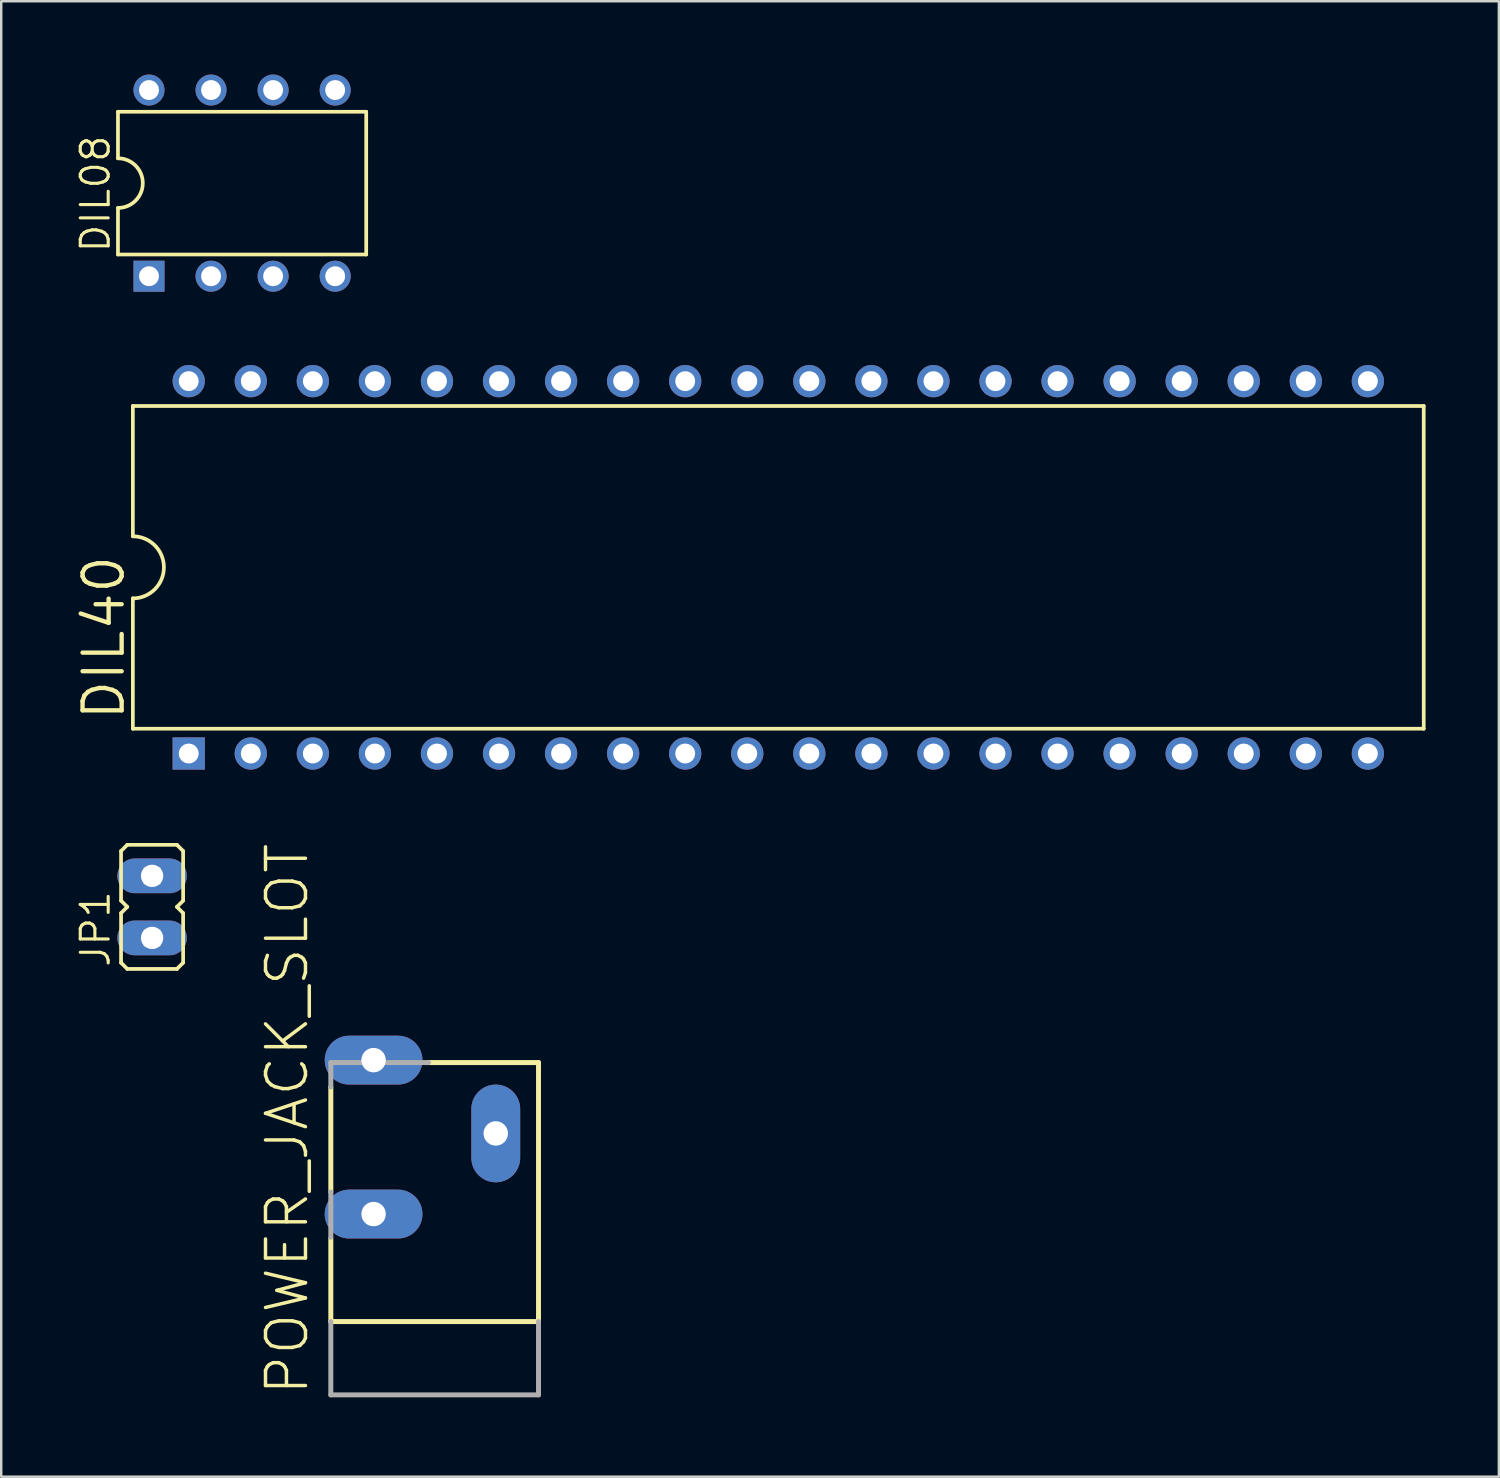
<source format=kicad_pcb>
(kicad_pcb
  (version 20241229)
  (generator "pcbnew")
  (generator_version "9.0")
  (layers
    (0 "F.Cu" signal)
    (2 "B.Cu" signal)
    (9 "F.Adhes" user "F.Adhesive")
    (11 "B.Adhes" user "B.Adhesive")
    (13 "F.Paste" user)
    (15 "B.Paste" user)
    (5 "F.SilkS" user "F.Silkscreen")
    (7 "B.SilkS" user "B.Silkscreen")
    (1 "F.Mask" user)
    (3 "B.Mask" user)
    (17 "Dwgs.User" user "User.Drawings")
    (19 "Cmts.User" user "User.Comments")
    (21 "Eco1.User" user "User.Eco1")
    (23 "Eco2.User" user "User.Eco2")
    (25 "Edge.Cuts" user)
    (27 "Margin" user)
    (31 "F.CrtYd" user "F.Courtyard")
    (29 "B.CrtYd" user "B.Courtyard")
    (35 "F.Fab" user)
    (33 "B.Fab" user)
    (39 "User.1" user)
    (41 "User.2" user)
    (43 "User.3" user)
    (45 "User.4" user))
  (footprint "JP1"
    (layer "F.Cu")
    (at 3.175 34.067)
    (property "Reference" "JP1" (at -1.651 2.54 90) (layer "F.SilkS") (effects (font (size 1.143 1.143) (thickness 0.127)) (justify left bottom)))
    (fp_line (start -1.27 -2.286) (end -1.27 -0.254) (stroke (width 0.152) (type solid)) (layer "F.SilkS"))
    (fp_line (start -1.27 -2.286) (end -1.016 -2.54) (stroke (width 0.152) (type solid)) (layer "F.SilkS"))
    (fp_line (start -1.27 0.254) (end -1.27 2.286) (stroke (width 0.152) (type solid)) (layer "F.SilkS"))
    (fp_line (start -1.016 0) (end -1.27 -0.254) (stroke (width 0.152) (type solid)) (layer "F.SilkS"))
    (fp_line (start -1.016 0) (end -1.27 0.254) (stroke (width 0.152) (type solid)) (layer "F.SilkS"))
    (fp_line (start -1.016 2.54) (end -1.27 2.286) (stroke (width 0.152) (type solid)) (layer "F.SilkS"))
    (fp_line (start -1.016 2.54) (end 1.016 2.54) (stroke (width 0.152) (type solid)) (layer "F.SilkS"))
    (fp_line (start 1.016 -2.54) (end -1.016 -2.54) (stroke (width 0.152) (type solid)) (layer "F.SilkS"))
    (fp_line (start 1.016 0) (end 1.27 -0.254) (stroke (width 0.152) (type solid)) (layer "F.SilkS"))
    (fp_line (start 1.016 0) (end 1.27 0.254) (stroke (width 0.152) (type solid)) (layer "F.SilkS"))
    (fp_line (start 1.016 2.54) (end 1.27 2.286) (stroke (width 0.152) (type solid)) (layer "F.SilkS"))
    (fp_line (start 1.27 -2.286) (end 1.016 -2.54) (stroke (width 0.152) (type solid)) (layer "F.SilkS"))
    (fp_line (start 1.27 -2.286) (end 1.27 -0.254) (stroke (width 0.152) (type solid)) (layer "F.SilkS"))
    (fp_line (start 1.27 0.254) (end 1.27 2.286) (stroke (width 0.152) (type solid)) (layer "F.SilkS"))
    (fp_poly (pts (xy -0.305 -0.965) (xy 0.305 -0.965) (xy 0.305 -1.575) (xy -0.305 -1.575)) (stroke (width 0.1) (type solid)) (fill no) (layer "F.Fab"))
    (fp_poly (pts (xy -0.305 1.575) (xy 0.305 1.575) (xy 0.305 0.965) (xy -0.305 0.965)) (stroke (width 0.1) (type solid)) (fill no) (layer "F.Fab"))
    (pad "1" thru_hole oval (at 0 1.27) (size 2.845 1.422) (drill 0.914) (layers "*.Cu" "*.Mask"))
    (pad "2" thru_hole oval (at 0 -1.27) (size 2.845 1.422) (drill 0.914) (layers "*.Cu" "*.Mask")))
  (footprint "POWER_JACK_SLOT"
    (layer "F.Cu")
    (at 9.66 54.139)
    (property "Reference" "POWER_JACK_SLOT" (at 0 0 90) (layer "F.SilkS") (effects (font (size 1.636 1.636) (thickness 0.142)) (justify left bottom)))
    (fp_line (start 0.83 -12.7) (end 0.83 -8.4) (stroke (width 0.203) (type solid)) (layer "F.SilkS"))
    (fp_line (start 0.83 -6.51) (end 0.83 -3.1) (stroke (width 0.203) (type solid)) (layer "F.SilkS"))
    (fp_line (start 0.83 -3.1) (end 9.33 -3.1) (stroke (width 0.203) (type solid)) (layer "F.SilkS"))
    (fp_line (start 9.33 -13.7) (end 4.83 -13.7) (stroke (width 0.203) (type solid)) (layer "F.SilkS"))
    (fp_line (start 9.33 -3.1) (end 9.28 -3.1) (stroke (width 0.203) (type solid)) (layer "F.SilkS"))
    (fp_line (start 9.33 -3.1) (end 9.33 -13.7) (stroke (width 0.203) (type solid)) (layer "F.SilkS"))
    (fp_line (start 0.83 -13.7) (end 0.83 -12.7) (stroke (width 0.203) (type solid)) (layer "F.Fab"))
    (fp_line (start 0.83 -8.4) (end 0.83 -6.55) (stroke (width 0.203) (type solid)) (layer "F.Fab"))
    (fp_line (start 0.83 -3.1) (end 0.83 -0.1) (stroke (width 0.203) (type solid)) (layer "F.Fab"))
    (fp_line (start 4.83 -13.7) (end 0.83 -13.7) (stroke (width 0.203) (type solid)) (layer "F.Fab"))
    (fp_line (start 9.33 -0.1) (end 0.83 -0.1) (stroke (width 0.203) (type solid)) (layer "F.Fab"))
    (fp_line (start 9.33 -0.1) (end 9.33 -3.1) (stroke (width 0.203) (type solid)) (layer "F.Fab"))
    (pad "GND@1" thru_hole oval (at 2.58 -7.5) (size 4 2) (drill 1) (layers "*.Cu" "*.Mask"))
    (pad "GND@2" thru_hole oval (at 7.58 -10.8 90) (size 4 2) (drill 1) (layers "*.Cu" "*.Mask"))
    (pad "PWR" thru_hole oval (at 2.58 -13.8) (size 4 2) (drill 1) (layers "*.Cu" "*.Mask")))
  (footprint "DIL40"
    (layer "F.Cu")
    (at 28.804 20.17)
    (property "Reference" "DIL40" (at -26.67 6.35 90) (layer "F.SilkS") (effects (font (size 1.6 1.6) (thickness 0.178)) (justify left bottom)))
    (fp_line (start -26.416 -6.604) (end -26.416 -1.27) (stroke (width 0.152) (type solid)) (layer "F.SilkS"))
    (fp_line (start -26.416 -6.604) (end 26.416 -6.604) (stroke (width 0.152) (type solid)) (layer "F.SilkS"))
    (fp_line (start -26.416 1.27) (end -26.416 6.604) (stroke (width 0.152) (type solid)) (layer "F.SilkS"))
    (fp_line (start -26.416 6.604) (end 26.416 6.604) (stroke (width 0.152) (type solid)) (layer "F.SilkS"))
    (fp_line (start 26.416 6.604) (end 26.416 -6.604) (stroke (width 0.152) (type solid)) (layer "F.SilkS"))
    (fp_arc (start -26.416 -1.27) (mid -25.146 0) (end -26.416 1.27) (stroke (width 0.1524) (type solid)) (layer "F.SilkS"))
    (pad "1" thru_hole rect (at -24.13 7.62 90) (size 1.321 1.321) (drill 0.813) (layers "*.Cu" "*.Mask"))
    (pad "2" thru_hole circle (at -21.59 7.62 90) (size 1.321 1.321) (drill 0.813) (layers "*.Cu" "*.Mask"))
    (pad "3" thru_hole circle (at -19.05 7.62 90) (size 1.321 1.321) (drill 0.813) (layers "*.Cu" "*.Mask"))
    (pad "4" thru_hole circle (at -16.51 7.62 90) (size 1.321 1.321) (drill 0.813) (layers "*.Cu" "*.Mask"))
    (pad "5" thru_hole circle (at -13.97 7.62 90) (size 1.321 1.321) (drill 0.813) (layers "*.Cu" "*.Mask"))
    (pad "6" thru_hole circle (at -11.43 7.62 90) (size 1.321 1.321) (drill 0.813) (layers "*.Cu" "*.Mask"))
    (pad "7" thru_hole circle (at -8.89 7.62 90) (size 1.321 1.321) (drill 0.813) (layers "*.Cu" "*.Mask"))
    (pad "8" thru_hole circle (at -6.35 7.62 90) (size 1.321 1.321) (drill 0.813) (layers "*.Cu" "*.Mask"))
    (pad "9" thru_hole circle (at -3.81 7.62 90) (size 1.321 1.321) (drill 0.813) (layers "*.Cu" "*.Mask"))
    (pad "10" thru_hole circle (at -1.27 7.62 90) (size 1.321 1.321) (drill 0.813) (layers "*.Cu" "*.Mask"))
    (pad "11" thru_hole circle (at 1.27 7.62 90) (size 1.321 1.321) (drill 0.813) (layers "*.Cu" "*.Mask"))
    (pad "12" thru_hole circle (at 3.81 7.62 90) (size 1.321 1.321) (drill 0.813) (layers "*.Cu" "*.Mask"))
    (pad "13" thru_hole circle (at 6.35 7.62 90) (size 1.321 1.321) (drill 0.813) (layers "*.Cu" "*.Mask"))
    (pad "14" thru_hole circle (at 8.89 7.62 90) (size 1.321 1.321) (drill 0.813) (layers "*.Cu" "*.Mask"))
    (pad "15" thru_hole circle (at 11.43 7.62 90) (size 1.321 1.321) (drill 0.813) (layers "*.Cu" "*.Mask"))
    (pad "16" thru_hole circle (at 13.97 7.62 90) (size 1.321 1.321) (drill 0.813) (layers "*.Cu" "*.Mask"))
    (pad "17" thru_hole circle (at 16.51 7.62 90) (size 1.321 1.321) (drill 0.813) (layers "*.Cu" "*.Mask"))
    (pad "18" thru_hole circle (at 19.05 7.62 90) (size 1.321 1.321) (drill 0.813) (layers "*.Cu" "*.Mask"))
    (pad "19" thru_hole circle (at 21.59 7.62 90) (size 1.321 1.321) (drill 0.813) (layers "*.Cu" "*.Mask"))
    (pad "20" thru_hole circle (at 24.13 7.62 90) (size 1.321 1.321) (drill 0.813) (layers "*.Cu" "*.Mask"))
    (pad "21" thru_hole circle (at 24.13 -7.62 90) (size 1.321 1.321) (drill 0.813) (layers "*.Cu" "*.Mask"))
    (pad "22" thru_hole circle (at 21.59 -7.62 90) (size 1.321 1.321) (drill 0.813) (layers "*.Cu" "*.Mask"))
    (pad "23" thru_hole circle (at 19.05 -7.62 90) (size 1.321 1.321) (drill 0.813) (layers "*.Cu" "*.Mask"))
    (pad "24" thru_hole circle (at 16.51 -7.62 90) (size 1.321 1.321) (drill 0.813) (layers "*.Cu" "*.Mask"))
    (pad "25" thru_hole circle (at 13.97 -7.62 90) (size 1.321 1.321) (drill 0.813) (layers "*.Cu" "*.Mask"))
    (pad "26" thru_hole circle (at 11.43 -7.62 90) (size 1.321 1.321) (drill 0.813) (layers "*.Cu" "*.Mask"))
    (pad "27" thru_hole circle (at 8.89 -7.62 90) (size 1.321 1.321) (drill 0.813) (layers "*.Cu" "*.Mask"))
    (pad "28" thru_hole circle (at 6.35 -7.62 90) (size 1.321 1.321) (drill 0.813) (layers "*.Cu" "*.Mask"))
    (pad "29" thru_hole circle (at 3.81 -7.62 90) (size 1.321 1.321) (drill 0.813) (layers "*.Cu" "*.Mask"))
    (pad "30" thru_hole circle (at 1.27 -7.62 90) (size 1.321 1.321) (drill 0.813) (layers "*.Cu" "*.Mask"))
    (pad "31" thru_hole circle (at -1.27 -7.62 90) (size 1.321 1.321) (drill 0.813) (layers "*.Cu" "*.Mask"))
    (pad "32" thru_hole circle (at -3.81 -7.62 90) (size 1.321 1.321) (drill 0.813) (layers "*.Cu" "*.Mask"))
    (pad "33" thru_hole circle (at -6.35 -7.62 90) (size 1.321 1.321) (drill 0.813) (layers "*.Cu" "*.Mask"))
    (pad "34" thru_hole circle (at -8.89 -7.62 90) (size 1.321 1.321) (drill 0.813) (layers "*.Cu" "*.Mask"))
    (pad "35" thru_hole circle (at -11.43 -7.62 90) (size 1.321 1.321) (drill 0.813) (layers "*.Cu" "*.Mask"))
    (pad "36" thru_hole circle (at -13.97 -7.62 90) (size 1.321 1.321) (drill 0.813) (layers "*.Cu" "*.Mask"))
    (pad "37" thru_hole circle (at -16.51 -7.62 90) (size 1.321 1.321) (drill 0.813) (layers "*.Cu" "*.Mask"))
    (pad "38" thru_hole circle (at -19.05 -7.62 90) (size 1.321 1.321) (drill 0.813) (layers "*.Cu" "*.Mask"))
    (pad "39" thru_hole circle (at -21.59 -7.62 90) (size 1.321 1.321) (drill 0.813) (layers "*.Cu" "*.Mask"))
    (pad "40" thru_hole circle (at -24.13 -7.62 90) (size 1.321 1.321) (drill 0.813) (layers "*.Cu" "*.Mask")))
  (footprint "DIL08"
    (layer "F.Cu")
    (at 6.858 4.445)
    (property "Reference" "DIL08" (at -5.334 2.921 90) (layer "F.SilkS") (effects (font (size 1.143 1.143) (thickness 0.127)) (justify left bottom)))
    (fp_line (start -5.08 -2.921) (end -5.08 -1.016) (stroke (width 0.152) (type solid)) (layer "F.SilkS"))
    (fp_line (start -5.08 2.921) (end -5.08 1.016) (stroke (width 0.152) (type solid)) (layer "F.SilkS"))
    (fp_line (start -5.08 2.921) (end 5.08 2.921) (stroke (width 0.152) (type solid)) (layer "F.SilkS"))
    (fp_line (start 5.08 -2.921) (end -5.08 -2.921) (stroke (width 0.152) (type solid)) (layer "F.SilkS"))
    (fp_line (start 5.08 -2.921) (end 5.08 2.921) (stroke (width 0.152) (type solid)) (layer "F.SilkS"))
    (fp_arc (start -5.08 -1.016) (mid -4.064 0) (end -5.08 1.016) (stroke (width 0.1524) (type solid)) (layer "F.SilkS"))
    (pad "1" thru_hole rect (at -3.81 3.81 90) (size 1.27 1.27) (drill 0.813) (layers "*.Cu" "*.Mask"))
    (pad "2" thru_hole circle (at -1.27 3.81 90) (size 1.27 1.27) (drill 0.813) (layers "*.Cu" "*.Mask"))
    (pad "3" thru_hole circle (at 1.27 3.81 90) (size 1.27 1.27) (drill 0.813) (layers "*.Cu" "*.Mask"))
    (pad "4" thru_hole circle (at 3.81 3.81 90) (size 1.27 1.27) (drill 0.813) (layers "*.Cu" "*.Mask"))
    (pad "5" thru_hole circle (at 3.81 -3.81 90) (size 1.27 1.27) (drill 0.813) (layers "*.Cu" "*.Mask"))
    (pad "6" thru_hole circle (at 1.27 -3.81 90) (size 1.27 1.27) (drill 0.813) (layers "*.Cu" "*.Mask"))
    (pad "7" thru_hole circle (at -1.27 -3.81 90) (size 1.27 1.27) (drill 0.813) (layers "*.Cu" "*.Mask"))
    (pad "8" thru_hole circle (at -3.81 -3.81 90) (size 1.27 1.27) (drill 0.813) (layers "*.Cu" "*.Mask")))
  (gr_rect
    (start -3 -3)
    (end 58.296 57.389)
    (stroke (width 0.1) (type default))
    (fill no)
    (layer "Edge.Cuts")))
</source>
